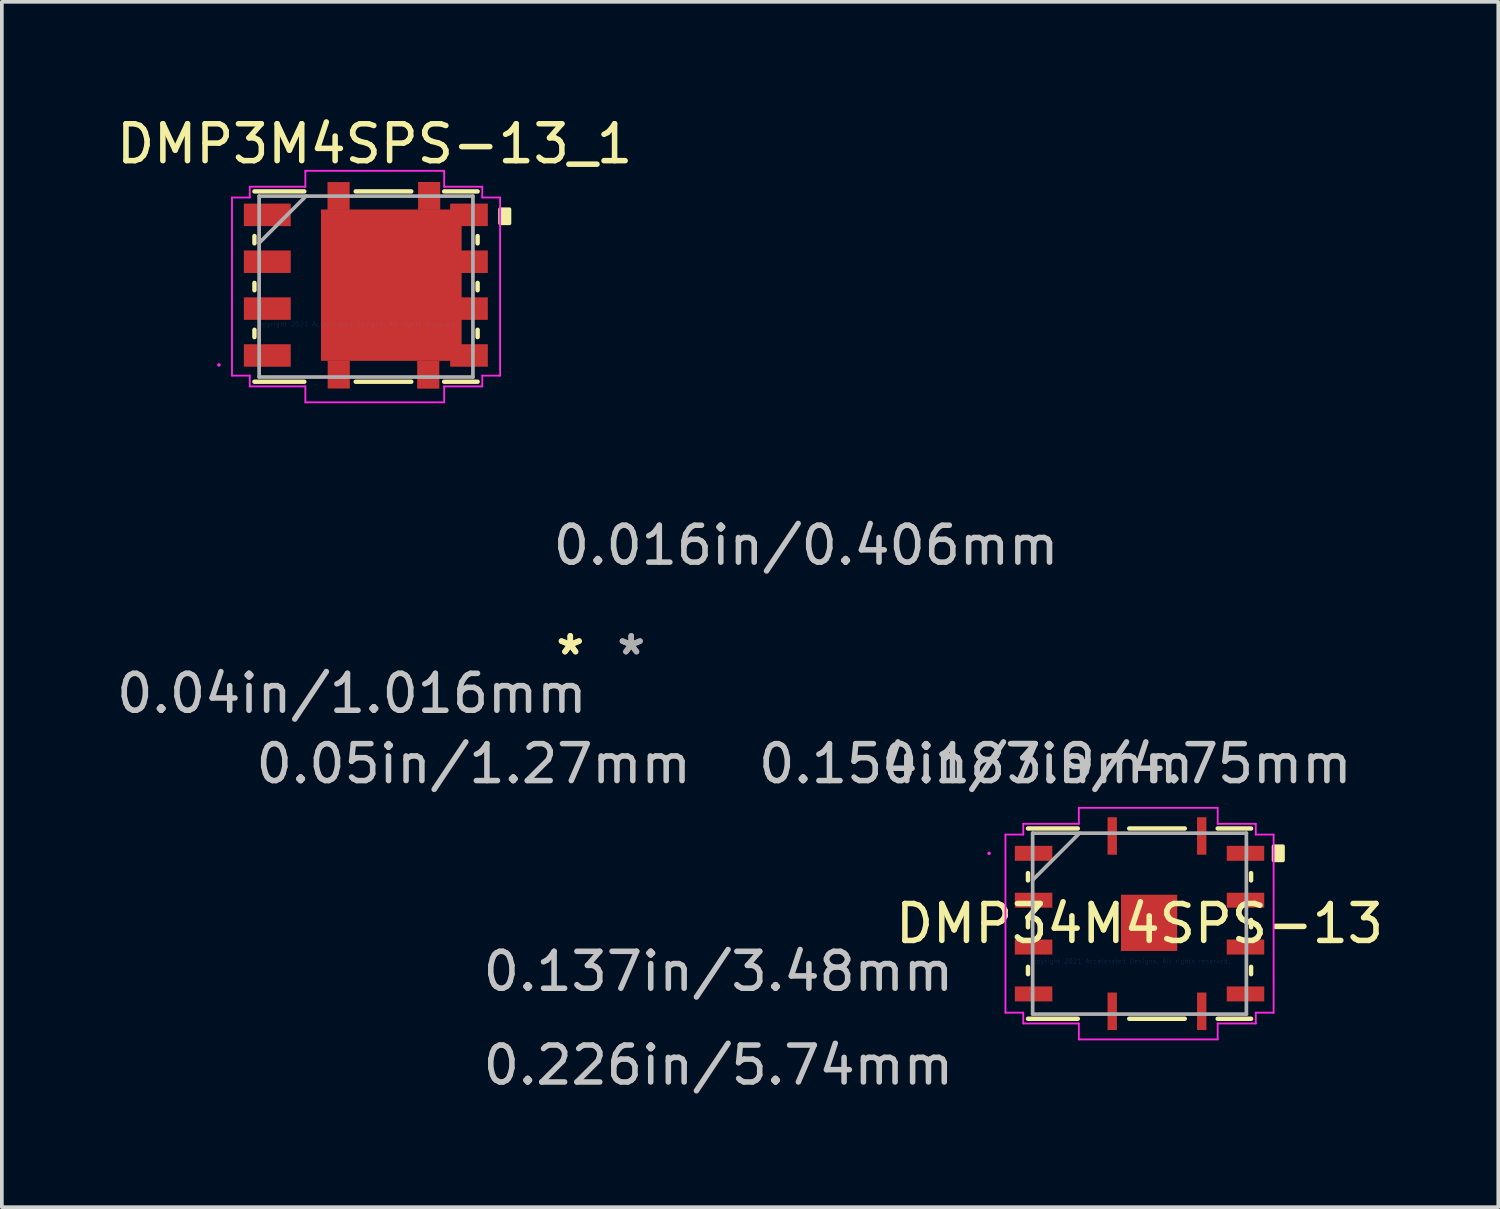
<source format=kicad_pcb>
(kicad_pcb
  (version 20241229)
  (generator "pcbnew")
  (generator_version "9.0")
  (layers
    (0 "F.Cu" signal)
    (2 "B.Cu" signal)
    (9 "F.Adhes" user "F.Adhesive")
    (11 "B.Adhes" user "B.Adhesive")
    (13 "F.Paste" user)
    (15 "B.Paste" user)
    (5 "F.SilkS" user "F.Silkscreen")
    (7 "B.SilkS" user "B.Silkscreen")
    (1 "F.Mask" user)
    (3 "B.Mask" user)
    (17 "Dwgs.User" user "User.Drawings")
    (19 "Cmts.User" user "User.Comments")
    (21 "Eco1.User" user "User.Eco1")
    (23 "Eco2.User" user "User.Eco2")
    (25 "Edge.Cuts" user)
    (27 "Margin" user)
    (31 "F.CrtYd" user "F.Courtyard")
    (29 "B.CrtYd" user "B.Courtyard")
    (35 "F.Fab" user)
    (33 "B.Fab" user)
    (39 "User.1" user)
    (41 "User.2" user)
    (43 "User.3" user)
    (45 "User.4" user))
  (footprint "DMP34M4SPS-13"
    (layer "F.Cu")
    (at 16.414 17.643)
    (property "Reference" "DMP34M4SPS-13" (at 11.41 4.331 0) (layer "F.SilkS") (effects (font (size 1 1) (thickness 0.15))))
    (attr through_hole)
    (fp_line (start 8.387 2.962) (end 8.387 3.16) (stroke (width 0.12) (type solid)) (layer "F.SilkS"))
    (fp_line (start 8.387 4.232) (end 8.387 4.43) (stroke (width 0.12) (type solid)) (layer "F.SilkS"))
    (fp_line (start 8.387 5.502) (end 8.387 5.7) (stroke (width 0.12) (type solid)) (layer "F.SilkS"))
    (fp_line (start 8.387 6.909) (end 9.737 6.909) (stroke (width 0.12) (type solid)) (layer "F.SilkS"))
    (fp_line (start 9.737 1.753) (end 8.387 1.753) (stroke (width 0.12) (type solid)) (layer "F.SilkS"))
    (fp_line (start 11.13 6.909) (end 12.636 6.909) (stroke (width 0.12) (type solid)) (layer "F.SilkS"))
    (fp_line (start 12.636 1.753) (end 11.13 1.753) (stroke (width 0.12) (type solid)) (layer "F.SilkS"))
    (fp_line (start 13.527 6.909) (end 14.432 6.909) (stroke (width 0.12) (type solid)) (layer "F.SilkS"))
    (fp_line (start 14.432 1.753) (end 13.527 1.753) (stroke (width 0.12) (type solid)) (layer "F.SilkS"))
    (fp_line (start 14.432 3.16) (end 14.432 2.962) (stroke (width 0.12) (type solid)) (layer "F.SilkS"))
    (fp_line (start 14.432 4.43) (end 14.432 4.232) (stroke (width 0.12) (type solid)) (layer "F.SilkS"))
    (fp_line (start 14.432 5.7) (end 14.432 5.502) (stroke (width 0.12) (type solid)) (layer "F.SilkS"))
    (fp_poly (pts (xy 15.296 2.235) (xy 15.296 2.616) (xy 15.042 2.616) (xy 15.042 2.235)) (stroke (width 0.1) (type solid)) (fill yes) (layer "F.SilkS"))
    (fp_line (start 7.777 1.918) (end 8.26 1.918) (stroke (width 0.05) (type solid)) (layer "F.CrtYd"))
    (fp_line (start 7.777 6.744) (end 7.777 1.918) (stroke (width 0.05) (type solid)) (layer "F.CrtYd"))
    (fp_line (start 8.26 1.626) (end 9.765 1.626) (stroke (width 0.05) (type solid)) (layer "F.CrtYd"))
    (fp_line (start 8.26 1.918) (end 8.26 1.626) (stroke (width 0.05) (type solid)) (layer "F.CrtYd"))
    (fp_line (start 8.26 6.744) (end 7.777 6.744) (stroke (width 0.05) (type solid)) (layer "F.CrtYd"))
    (fp_line (start 8.26 7.036) (end 8.26 6.744) (stroke (width 0.05) (type solid)) (layer "F.CrtYd"))
    (fp_line (start 9.765 1.194) (end 13.527 1.194) (stroke (width 0.05) (type solid)) (layer "F.CrtYd"))
    (fp_line (start 9.765 1.626) (end 9.765 1.194) (stroke (width 0.05) (type solid)) (layer "F.CrtYd"))
    (fp_line (start 9.765 7.036) (end 8.26 7.036) (stroke (width 0.05) (type solid)) (layer "F.CrtYd"))
    (fp_line (start 9.765 7.468) (end 9.765 7.036) (stroke (width 0.05) (type solid)) (layer "F.CrtYd"))
    (fp_line (start 13.527 1.194) (end 13.527 1.626) (stroke (width 0.05) (type solid)) (layer "F.CrtYd"))
    (fp_line (start 13.527 1.626) (end 14.559 1.626) (stroke (width 0.05) (type solid)) (layer "F.CrtYd"))
    (fp_line (start 13.527 7.036) (end 13.527 7.468) (stroke (width 0.05) (type solid)) (layer "F.CrtYd"))
    (fp_line (start 13.527 7.468) (end 9.765 7.468) (stroke (width 0.05) (type solid)) (layer "F.CrtYd"))
    (fp_line (start 14.559 1.626) (end 14.559 1.918) (stroke (width 0.05) (type solid)) (layer "F.CrtYd"))
    (fp_line (start 14.559 1.918) (end 15.042 1.918) (stroke (width 0.05) (type solid)) (layer "F.CrtYd"))
    (fp_line (start 14.559 6.744) (end 14.559 7.036) (stroke (width 0.05) (type solid)) (layer "F.CrtYd"))
    (fp_line (start 14.559 7.036) (end 13.527 7.036) (stroke (width 0.05) (type solid)) (layer "F.CrtYd"))
    (fp_line (start 15.042 1.918) (end 15.042 6.744) (stroke (width 0.05) (type solid)) (layer "F.CrtYd"))
    (fp_line (start 15.042 6.744) (end 14.559 6.744) (stroke (width 0.05) (type solid)) (layer "F.CrtYd"))
    (fp_circle (center 7.333 2.426) (end 7.333 2.426) (stroke (width 0.05) (type solid)) (fill no) (layer "F.CrtYd"))
    (fp_line (start 8.514 1.88) (end 8.514 6.782) (stroke (width 0.1) (type solid)) (layer "F.Fab"))
    (fp_line (start 8.514 3.15) (end 9.784 1.88) (stroke (width 0.1) (type solid)) (layer "F.Fab"))
    (fp_line (start 8.514 6.782) (end 14.305 6.782) (stroke (width 0.1) (type solid)) (layer "F.Fab"))
    (fp_line (start 14.305 1.88) (end 8.514 1.88) (stroke (width 0.1) (type solid)) (layer "F.Fab"))
    (fp_line (start 14.305 6.782) (end 14.305 1.88) (stroke (width 0.1) (type solid)) (layer "F.Fab"))
    (fp_text user "*" (at -4.013 -2.921 0) (layer "F.SilkS") (effects (font (size 1 1) (thickness 0.15))))
    (fp_text user "*" (at -4.013 -2.921 0) (layer "F.SilkS") (effects (font (size 1 1) (thickness 0.15))))
    (fp_text user "0.05in/1.27mm" (at -6.629 0 0) (layer "Dwgs.User") (effects (font (size 1 1) (thickness 0.15))))
    (fp_text user "0.154in/3.9mm" (at 6.985 0 0) (layer "Dwgs.User") (effects (font (size 1 1) (thickness 0.15))))
    (fp_text user "0.04in/1.016mm" (at -9.931 -1.905 0) (layer "Dwgs.User") (effects (font (size 1 1) (thickness 0.15))))
    (fp_text user "0.226in/5.74mm" (at 0 8.166 0) (layer "Dwgs.User") (effects (font (size 1 1) (thickness 0.15))))
    (fp_text user "0.137in/3.48mm" (at 0 5.626 0) (layer "Dwgs.User") (effects (font (size 1 1) (thickness 0.15))))
    (fp_text user "0.016in/0.406mm" (at 2.375 -5.918 0) (layer "Dwgs.User") (effects (font (size 1 1) (thickness 0.15))))
    (fp_text user "0.187in/4.75mm" (at 10.795 0 0) (layer "Dwgs.User") (effects (font (size 1 1) (thickness 0.15))))
    (fp_text user "Copyright 2021 Accelerated Designs. All rights reserved." (at 11.12 5.347 0) (layer "Cmts.User") (effects (font (size 0.127 0.127) (thickness 0.002))))
    (fp_text user "*" (at -2.362 -2.921 0) (layer "F.Fab") (effects (font (size 1 1) (thickness 0.15))))
    (fp_text user "*" (at -2.362 -2.921 0) (layer "F.Fab") (effects (font (size 1 1) (thickness 0.15))))
    (pad "1" smd rect (at 8.539 2.426 90) (size 0.406 1.016) (layers "F.Cu" "F.Mask" "F.Paste"))
    (pad "2" smd rect (at 8.539 3.696 90) (size 0.406 1.016) (layers "F.Cu" "F.Mask" "F.Paste"))
    (pad "3" smd rect (at 8.539 4.966 90) (size 0.406 1.016) (layers "F.Cu" "F.Mask" "F.Paste"))
    (pad "4" smd rect (at 8.539 6.236 90) (size 0.406 1.016) (layers "F.Cu" "F.Mask" "F.Paste"))
    (pad "5" smd rect (at 10.67 6.706) (size 0.254 1.016) (layers "F.Cu" "F.Mask" "F.Paste"))
    (pad "6" smd rect (at 13.095 6.706) (size 0.254 1.016) (layers "F.Cu" "F.Mask" "F.Paste"))
    (pad "7" smd rect (at 14.28 6.236 90) (size 0.406 1.016) (layers "F.Cu" "F.Mask" "F.Paste"))
    (pad "8" smd rect (at 14.28 4.966 90) (size 0.406 1.016) (layers "F.Cu" "F.Mask" "F.Paste"))
    (pad "9" smd rect (at 14.28 3.696 90) (size 0.406 1.016) (layers "F.Cu" "F.Mask" "F.Paste"))
    (pad "10" smd rect (at 14.28 2.426 90) (size 0.406 1.016) (layers "F.Cu" "F.Mask" "F.Paste"))
    (pad "11" smd rect (at 13.095 1.956) (size 0.254 1.016) (layers "F.Cu" "F.Mask" "F.Paste"))
    (pad "12" smd rect (at 10.67 1.956) (size 0.254 1.016) (layers "F.Cu" "F.Mask" "F.Paste"))
    (pad "13" smd rect (at 11.669 4.31) (size 1.524 1.524) (layers "F.Cu" "F.Mask" "F.Paste")))
  (footprint "DMP3M4SPS-13_1"
    (layer "F.Cu")
    (at 6.862 4.676)
    (property "Reference" "DMP3M4SPS-13_1" (at 0.239 -3.828 0) (layer "F.SilkS") (effects (font (size 1 1) (thickness 0.15))))
    (attr through_hole)
    (fp_line (start -3.018 -1.331) (end -3.018 -1.133) (stroke (width 0.12) (type solid)) (layer "F.SilkS"))
    (fp_line (start -3.018 -0.061) (end -3.018 0.137) (stroke (width 0.12) (type solid)) (layer "F.SilkS"))
    (fp_line (start -3.018 1.209) (end -3.018 1.407) (stroke (width 0.12) (type solid)) (layer "F.SilkS"))
    (fp_line (start -3.018 2.616) (end -1.667 2.616) (stroke (width 0.12) (type solid)) (layer "F.SilkS"))
    (fp_line (start -1.667 -2.54) (end -3.018 -2.54) (stroke (width 0.12) (type solid)) (layer "F.SilkS"))
    (fp_line (start -0.275 2.616) (end 1.231 2.616) (stroke (width 0.12) (type solid)) (layer "F.SilkS"))
    (fp_line (start 1.231 -2.54) (end -0.275 -2.54) (stroke (width 0.12) (type solid)) (layer "F.SilkS"))
    (fp_line (start 2.122 2.616) (end 3.028 2.616) (stroke (width 0.12) (type solid)) (layer "F.SilkS"))
    (fp_line (start 3.028 -2.54) (end 2.122 -2.54) (stroke (width 0.12) (type solid)) (layer "F.SilkS"))
    (fp_line (start 3.028 -1.133) (end 3.028 -1.331) (stroke (width 0.12) (type solid)) (layer "F.SilkS"))
    (fp_line (start 3.028 0.137) (end 3.028 -0.061) (stroke (width 0.12) (type solid)) (layer "F.SilkS"))
    (fp_line (start 3.028 1.407) (end 3.028 1.209) (stroke (width 0.12) (type solid)) (layer "F.SilkS"))
    (fp_poly (pts (xy 3.891 -2.057) (xy 3.891 -1.676) (xy 3.637 -1.676) (xy 3.637 -2.057)) (stroke (width 0.1) (type solid)) (fill yes) (layer "F.SilkS"))
    (fp_line (start -3.627 -2.375) (end -3.145 -2.375) (stroke (width 0.05) (type solid)) (layer "F.CrtYd"))
    (fp_line (start -3.627 2.451) (end -3.627 -2.375) (stroke (width 0.05) (type solid)) (layer "F.CrtYd"))
    (fp_line (start -3.145 -2.667) (end -1.639 -2.667) (stroke (width 0.05) (type solid)) (layer "F.CrtYd"))
    (fp_line (start -3.145 -2.375) (end -3.145 -2.667) (stroke (width 0.05) (type solid)) (layer "F.CrtYd"))
    (fp_line (start -3.145 2.451) (end -3.627 2.451) (stroke (width 0.05) (type solid)) (layer "F.CrtYd"))
    (fp_line (start -3.145 2.743) (end -3.145 2.451) (stroke (width 0.05) (type solid)) (layer "F.CrtYd"))
    (fp_line (start -1.639 -3.099) (end 2.122 -3.099) (stroke (width 0.05) (type solid)) (layer "F.CrtYd"))
    (fp_line (start -1.639 -2.667) (end -1.639 -3.099) (stroke (width 0.05) (type solid)) (layer "F.CrtYd"))
    (fp_line (start -1.639 2.743) (end -3.145 2.743) (stroke (width 0.05) (type solid)) (layer "F.CrtYd"))
    (fp_line (start -1.639 3.175) (end -1.639 2.743) (stroke (width 0.05) (type solid)) (layer "F.CrtYd"))
    (fp_line (start 2.122 -3.099) (end 2.122 -2.667) (stroke (width 0.05) (type solid)) (layer "F.CrtYd"))
    (fp_line (start 2.122 -2.667) (end 3.155 -2.667) (stroke (width 0.05) (type solid)) (layer "F.CrtYd"))
    (fp_line (start 2.122 2.743) (end 2.122 3.175) (stroke (width 0.05) (type solid)) (layer "F.CrtYd"))
    (fp_line (start 2.122 3.175) (end -1.639 3.175) (stroke (width 0.05) (type solid)) (layer "F.CrtYd"))
    (fp_line (start 3.155 -2.667) (end 3.155 -2.375) (stroke (width 0.05) (type solid)) (layer "F.CrtYd"))
    (fp_line (start 3.155 -2.375) (end 3.637 -2.375) (stroke (width 0.05) (type solid)) (layer "F.CrtYd"))
    (fp_line (start 3.155 2.451) (end 3.155 2.743) (stroke (width 0.05) (type solid)) (layer "F.CrtYd"))
    (fp_line (start 3.155 2.743) (end 2.122 2.743) (stroke (width 0.05) (type solid)) (layer "F.CrtYd"))
    (fp_line (start 3.637 -2.375) (end 3.637 2.451) (stroke (width 0.05) (type solid)) (layer "F.CrtYd"))
    (fp_line (start 3.637 2.451) (end 3.155 2.451) (stroke (width 0.05) (type solid)) (layer "F.CrtYd"))
    (fp_circle (center -3.98 2.162) (end -3.98 2.162) (stroke (width 0.05) (type solid)) (fill no) (layer "F.CrtYd"))
    (fp_line (start -2.891 -2.413) (end -2.891 2.489) (stroke (width 0.1) (type solid)) (layer "F.Fab"))
    (fp_line (start -2.891 -1.143) (end -1.621 -2.413) (stroke (width 0.1) (type solid)) (layer "F.Fab"))
    (fp_line (start -2.891 2.489) (end 2.901 2.489) (stroke (width 0.1) (type solid)) (layer "F.Fab"))
    (fp_line (start 2.901 -2.413) (end -2.891 -2.413) (stroke (width 0.1) (type solid)) (layer "F.Fab"))
    (fp_line (start 2.901 2.489) (end 2.901 -2.413) (stroke (width 0.1) (type solid)) (layer "F.Fab"))
    (fp_text user "Copyright 2021 Accelerated Designs. All rights reserved." (at -0.284 1.054 0) (layer "Cmts.User") (effects (font (size 0.127 0.127) (thickness 0.002))))
    (pad "1" smd rect (at -2.67 -1.905) (size 1.27 0.61) (layers "F.Cu" "F.Mask" "F.Paste"))
    (pad "1" smd rect (at -2.67 -0.635) (size 1.27 0.61) (layers "F.Cu" "F.Mask" "F.Paste"))
    (pad "1" smd rect (at -2.67 0.635) (size 1.27 0.61) (layers "F.Cu" "F.Mask" "F.Paste"))
    (pad "2" smd rect (at -2.67 1.905) (size 1.27 0.61) (layers "F.Cu" "F.Mask" "F.Paste"))
    (pad "3" smd rect (at -0.739 -2.416) (size 0.6 0.755) (layers "F.Cu" "F.Mask" "F.Paste"))
    (pad "3" smd rect (at -0.734 2.423) (size 0.6 0.755) (layers "F.Cu" "F.Mask" "F.Paste"))
    (pad "3" smd rect (at 0.69 0) (size 3.81 4.1) (layers "F.Cu" "F.Mask" "F.Paste"))
    (pad "3" smd rect (at 1.691 2.426) (size 0.6 0.755) (layers "F.Cu" "F.Mask" "F.Paste"))
    (pad "3" smd rect (at 1.715 -2.418) (size 0.6 0.755) (layers "F.Cu" "F.Mask" "F.Paste"))
    (pad "3" smd rect (at 2.795 -1.905) (size 1.02 0.61) (layers "F.Cu" "F.Mask" "F.Paste"))
    (pad "3" smd rect (at 2.795 -0.635) (size 1.02 0.61) (layers "F.Cu" "F.Mask" "F.Paste"))
    (pad "3" smd rect (at 2.795 0.635) (size 1.02 0.61) (layers "F.Cu" "F.Mask" "F.Paste"))
    (pad "3" smd rect (at 2.795 1.905) (size 1.02 0.61) (layers "F.Cu" "F.Mask" "F.Paste")))
  (gr_rect
    (start -3 -3)
    (end 37.543 29.657)
    (stroke (width 0.1) (type default))
    (fill no)
    (layer "Edge.Cuts")))
</source>
